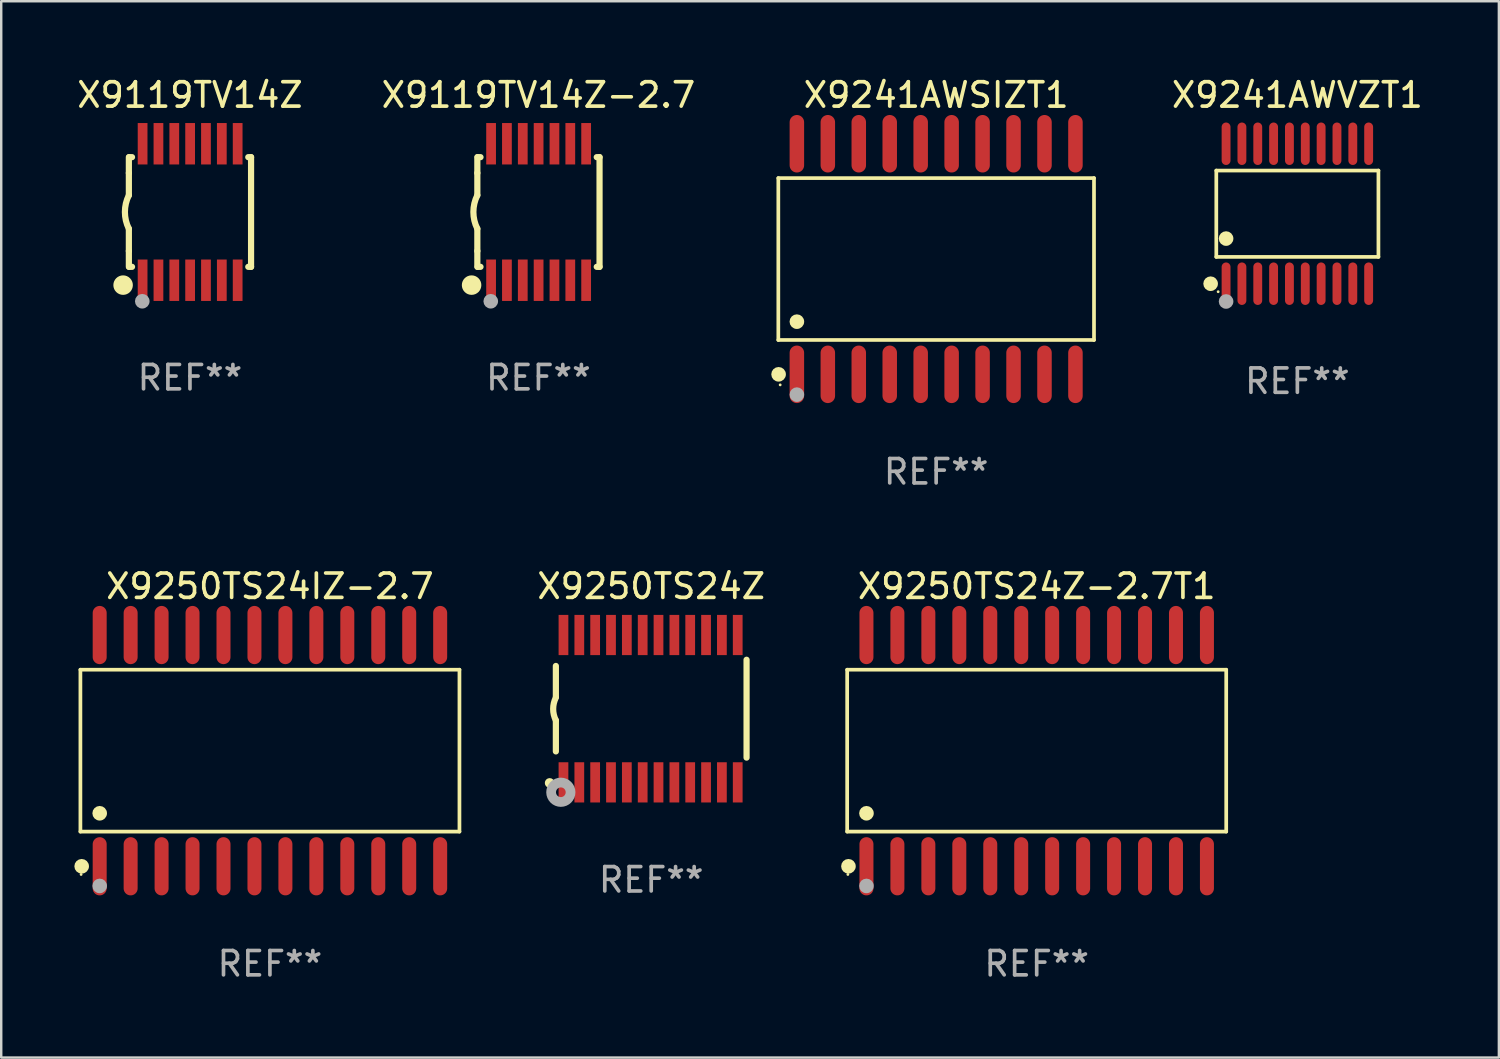
<source format=kicad_pcb>
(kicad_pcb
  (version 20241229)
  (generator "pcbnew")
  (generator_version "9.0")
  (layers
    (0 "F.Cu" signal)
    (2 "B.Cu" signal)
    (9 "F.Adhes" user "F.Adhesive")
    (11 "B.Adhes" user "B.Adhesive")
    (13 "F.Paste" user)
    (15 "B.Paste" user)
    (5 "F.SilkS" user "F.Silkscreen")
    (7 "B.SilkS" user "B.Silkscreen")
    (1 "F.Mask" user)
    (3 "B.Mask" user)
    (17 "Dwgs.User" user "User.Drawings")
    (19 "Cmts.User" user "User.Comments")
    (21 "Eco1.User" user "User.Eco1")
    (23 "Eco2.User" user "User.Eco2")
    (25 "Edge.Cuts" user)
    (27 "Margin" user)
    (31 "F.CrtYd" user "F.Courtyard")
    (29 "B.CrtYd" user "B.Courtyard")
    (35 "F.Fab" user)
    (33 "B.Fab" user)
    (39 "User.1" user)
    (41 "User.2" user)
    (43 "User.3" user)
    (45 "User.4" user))
  (footprint "X9119TV14Z-2.7"
    (layer "F.Cu")
    (at 19.042 5.648)
    (property "Reference" "X9119TV14Z-2.7" (at 0 -4.8 0) (layer "F.SilkS") (effects (font (size 1 1) (thickness 0.15))))
    (attr through_hole)
    (fp_line (start -2.507 -1.6) (end -2.507 -2.25) (stroke (width 0.254) (type solid)) (layer "F.SilkS"))
    (fp_line (start -2.507 -0.686) (end -2.507 -1.6) (stroke (width 0.254) (type solid)) (layer "F.SilkS"))
    (fp_line (start -2.507 1.6) (end -2.507 0.686) (stroke (width 0.254) (type solid)) (layer "F.SilkS"))
    (fp_line (start -2.507 1.6) (end -2.507 2.25) (stroke (width 0.254) (type solid)) (layer "F.SilkS"))
    (fp_line (start -2.493 -2.25) (end -2.377 -2.25) (stroke (width 0.254) (type solid)) (layer "F.SilkS"))
    (fp_line (start -2.377 2.25) (end -2.493 2.25) (stroke (width 0.254) (type solid)) (layer "F.SilkS"))
    (fp_line (start 2.392 -2.25) (end 2.507 -2.25) (stroke (width 0.254) (type solid)) (layer "F.SilkS"))
    (fp_line (start 2.507 -2.25) (end 2.507 2.25) (stroke (width 0.254) (type solid)) (layer "F.SilkS"))
    (fp_line (start 2.507 2.25) (end 2.392 2.25) (stroke (width 0.254) (type solid)) (layer "F.SilkS"))
    (fp_arc (start -2.507303 0.685802) (mid -2.669199 0) (end -2.507303 -0.685801) (stroke (width 0.254001) (type solid)) (layer "F.SilkS"))
    (fp_circle (center -2.743 3) (end -2.543 3) (stroke (width 0.4) (type solid)) (fill no) (layer "F.SilkS"))
    (fp_circle (center -2.493 3.2) (end -2.463 3.2) (stroke (width 0.06) (type solid)) (fill no) (layer "F.SilkS"))
    (fp_circle (center -1.957 3.662) (end -1.807 3.662) (stroke (width 0.3) (type solid)) (fill no) (layer "F.Fab"))
    (fp_text user "REF**" (at 0 6.8 0) (layer "F.Fab") (effects (font (size 1 1) (thickness 0.15))))
    (pad "1" smd rect (at -1.943 2.8) (size 0.4 1.7) (layers "F.Cu" "F.Mask" "F.Paste"))
    (pad "2" smd rect (at -1.293 2.8) (size 0.4 1.7) (layers "F.Cu" "F.Mask" "F.Paste"))
    (pad "3" smd rect (at -0.643 2.8) (size 0.4 1.7) (layers "F.Cu" "F.Mask" "F.Paste"))
    (pad "4" smd rect (at 0.007 2.8) (size 0.4 1.7) (layers "F.Cu" "F.Mask" "F.Paste"))
    (pad "5" smd rect (at 0.657 2.8) (size 0.4 1.7) (layers "F.Cu" "F.Mask" "F.Paste"))
    (pad "6" smd rect (at 1.307 2.8) (size 0.4 1.7) (layers "F.Cu" "F.Mask" "F.Paste"))
    (pad "7" smd rect (at 1.957 2.8) (size 0.4 1.7) (layers "F.Cu" "F.Mask" "F.Paste"))
    (pad "8" smd rect (at 1.957 -2.8) (size 0.4 1.7) (layers "F.Cu" "F.Mask" "F.Paste"))
    (pad "9" smd rect (at 1.307 -2.8) (size 0.4 1.7) (layers "F.Cu" "F.Mask" "F.Paste"))
    (pad "10" smd rect (at 0.657 -2.8) (size 0.4 1.7) (layers "F.Cu" "F.Mask" "F.Paste"))
    (pad "11" smd rect (at 0.007 -2.8) (size 0.4 1.7) (layers "F.Cu" "F.Mask" "F.Paste"))
    (pad "12" smd rect (at -0.643 -2.8) (size 0.4 1.7) (layers "F.Cu" "F.Mask" "F.Paste"))
    (pad "13" smd rect (at -1.293 -2.8) (size 0.4 1.7) (layers "F.Cu" "F.Mask" "F.Paste"))
    (pad "14" smd rect (at -1.943 -2.8) (size 0.4 1.7) (layers "F.Cu" "F.Mask" "F.Paste")))
  (footprint "X9119TV14Z"
    (layer "F.Cu")
    (at 4.744 5.648)
    (property "Reference" "X9119TV14Z" (at 0 -4.8 0) (layer "F.SilkS") (effects (font (size 1 1) (thickness 0.15))))
    (attr through_hole)
    (fp_line (start -2.507 -1.6) (end -2.507 -2.25) (stroke (width 0.254) (type solid)) (layer "F.SilkS"))
    (fp_line (start -2.507 -0.686) (end -2.507 -1.6) (stroke (width 0.254) (type solid)) (layer "F.SilkS"))
    (fp_line (start -2.507 1.6) (end -2.507 0.686) (stroke (width 0.254) (type solid)) (layer "F.SilkS"))
    (fp_line (start -2.507 1.6) (end -2.507 2.25) (stroke (width 0.254) (type solid)) (layer "F.SilkS"))
    (fp_line (start -2.493 -2.25) (end -2.377 -2.25) (stroke (width 0.254) (type solid)) (layer "F.SilkS"))
    (fp_line (start -2.377 2.25) (end -2.493 2.25) (stroke (width 0.254) (type solid)) (layer "F.SilkS"))
    (fp_line (start 2.392 -2.25) (end 2.507 -2.25) (stroke (width 0.254) (type solid)) (layer "F.SilkS"))
    (fp_line (start 2.507 -2.25) (end 2.507 2.25) (stroke (width 0.254) (type solid)) (layer "F.SilkS"))
    (fp_line (start 2.507 2.25) (end 2.392 2.25) (stroke (width 0.254) (type solid)) (layer "F.SilkS"))
    (fp_arc (start -2.507303 0.685802) (mid -2.669199 0) (end -2.507303 -0.685801) (stroke (width 0.254001) (type solid)) (layer "F.SilkS"))
    (fp_circle (center -2.743 3) (end -2.543 3) (stroke (width 0.4) (type solid)) (fill no) (layer "F.SilkS"))
    (fp_circle (center -2.493 3.2) (end -2.463 3.2) (stroke (width 0.06) (type solid)) (fill no) (layer "F.SilkS"))
    (fp_circle (center -1.957 3.662) (end -1.807 3.662) (stroke (width 0.3) (type solid)) (fill no) (layer "F.Fab"))
    (fp_text user "REF**" (at 0 6.8 0) (layer "F.Fab") (effects (font (size 1 1) (thickness 0.15))))
    (pad "1" smd rect (at -1.943 2.8) (size 0.4 1.7) (layers "F.Cu" "F.Mask" "F.Paste"))
    (pad "2" smd rect (at -1.293 2.8) (size 0.4 1.7) (layers "F.Cu" "F.Mask" "F.Paste"))
    (pad "3" smd rect (at -0.643 2.8) (size 0.4 1.7) (layers "F.Cu" "F.Mask" "F.Paste"))
    (pad "4" smd rect (at 0.007 2.8) (size 0.4 1.7) (layers "F.Cu" "F.Mask" "F.Paste"))
    (pad "5" smd rect (at 0.657 2.8) (size 0.4 1.7) (layers "F.Cu" "F.Mask" "F.Paste"))
    (pad "6" smd rect (at 1.307 2.8) (size 0.4 1.7) (layers "F.Cu" "F.Mask" "F.Paste"))
    (pad "7" smd rect (at 1.957 2.8) (size 0.4 1.7) (layers "F.Cu" "F.Mask" "F.Paste"))
    (pad "8" smd rect (at 1.957 -2.8) (size 0.4 1.7) (layers "F.Cu" "F.Mask" "F.Paste"))
    (pad "9" smd rect (at 1.307 -2.8) (size 0.4 1.7) (layers "F.Cu" "F.Mask" "F.Paste"))
    (pad "10" smd rect (at 0.657 -2.8) (size 0.4 1.7) (layers "F.Cu" "F.Mask" "F.Paste"))
    (pad "11" smd rect (at 0.007 -2.8) (size 0.4 1.7) (layers "F.Cu" "F.Mask" "F.Paste"))
    (pad "12" smd rect (at -0.643 -2.8) (size 0.4 1.7) (layers "F.Cu" "F.Mask" "F.Paste"))
    (pad "13" smd rect (at -1.293 -2.8) (size 0.4 1.7) (layers "F.Cu" "F.Mask" "F.Paste"))
    (pad "14" smd rect (at -1.943 -2.8) (size 0.4 1.7) (layers "F.Cu" "F.Mask" "F.Paste")))
  (footprint "X9241AWVZT1"
    (layer "F.Cu")
    (at 50.18 5.719)
    (property "Reference" "X9241AWVZT1" (at 0 -4.871 0) (layer "F.SilkS") (effects (font (size 1 1) (thickness 0.15))))
    (attr through_hole)
    (fp_line (start -3.326 -1.771) (end 3.326 -1.771) (stroke (width 0.152) (type solid)) (layer "F.SilkS"))
    (fp_line (start -3.326 1.771) (end -3.326 -1.771) (stroke (width 0.152) (type solid)) (layer "F.SilkS"))
    (fp_line (start 3.326 -1.771) (end 3.326 1.771) (stroke (width 0.152) (type solid)) (layer "F.SilkS"))
    (fp_line (start 3.326 1.771) (end -3.326 1.771) (stroke (width 0.152) (type solid)) (layer "F.SilkS"))
    (fp_circle (center -3.559 2.871) (end -3.409 2.871) (stroke (width 0.3) (type solid)) (fill no) (layer "F.SilkS"))
    (fp_circle (center -3.25 3.2) (end -3.22 3.2) (stroke (width 0.06) (type solid)) (fill no) (layer "F.SilkS"))
    (fp_circle (center -2.925 1.019) (end -2.775 1.019) (stroke (width 0.3) (type solid)) (fill no) (layer "F.SilkS"))
    (fp_circle (center -2.925 3.6) (end -2.775 3.6) (stroke (width 0.3) (type solid)) (fill no) (layer "F.Fab"))
    (fp_text user "REF**" (at 0 6.871 0) (layer "F.Fab") (effects (font (size 1 1) (thickness 0.15))))
    (pad "1" smd oval (at -2.925 2.871) (size 0.364 1.742) (layers "F.Cu" "F.Mask" "F.Paste"))
    (pad "2" smd oval (at -2.275 2.871) (size 0.364 1.742) (layers "F.Cu" "F.Mask" "F.Paste"))
    (pad "3" smd oval (at -1.625 2.871) (size 0.364 1.742) (layers "F.Cu" "F.Mask" "F.Paste"))
    (pad "4" smd oval (at -0.975 2.871) (size 0.364 1.742) (layers "F.Cu" "F.Mask" "F.Paste"))
    (pad "5" smd oval (at -0.325 2.871) (size 0.364 1.742) (layers "F.Cu" "F.Mask" "F.Paste"))
    (pad "6" smd oval (at 0.325 2.871) (size 0.364 1.742) (layers "F.Cu" "F.Mask" "F.Paste"))
    (pad "7" smd oval (at 0.975 2.871) (size 0.364 1.742) (layers "F.Cu" "F.Mask" "F.Paste"))
    (pad "8" smd oval (at 1.625 2.871) (size 0.364 1.742) (layers "F.Cu" "F.Mask" "F.Paste"))
    (pad "9" smd oval (at 2.275 2.871) (size 0.364 1.742) (layers "F.Cu" "F.Mask" "F.Paste"))
    (pad "10" smd oval (at 2.925 2.871) (size 0.364 1.742) (layers "F.Cu" "F.Mask" "F.Paste"))
    (pad "11" smd oval (at 2.925 -2.871) (size 0.364 1.742) (layers "F.Cu" "F.Mask" "F.Paste"))
    (pad "12" smd oval (at 2.275 -2.871) (size 0.364 1.742) (layers "F.Cu" "F.Mask" "F.Paste"))
    (pad "13" smd oval (at 1.625 -2.871) (size 0.364 1.742) (layers "F.Cu" "F.Mask" "F.Paste"))
    (pad "14" smd oval (at 0.975 -2.871) (size 0.364 1.742) (layers "F.Cu" "F.Mask" "F.Paste"))
    (pad "15" smd oval (at 0.325 -2.871) (size 0.364 1.742) (layers "F.Cu" "F.Mask" "F.Paste"))
    (pad "16" smd oval (at -0.325 -2.871) (size 0.364 1.742) (layers "F.Cu" "F.Mask" "F.Paste"))
    (pad "17" smd oval (at -0.975 -2.871) (size 0.364 1.742) (layers "F.Cu" "F.Mask" "F.Paste"))
    (pad "18" smd oval (at -1.625 -2.871) (size 0.364 1.742) (layers "F.Cu" "F.Mask" "F.Paste"))
    (pad "19" smd oval (at -2.275 -2.871) (size 0.364 1.742) (layers "F.Cu" "F.Mask" "F.Paste"))
    (pad "20" smd oval (at -2.925 -2.871) (size 0.364 1.742) (layers "F.Cu" "F.Mask" "F.Paste")))
  (footprint "X9241AWSIZT1"
    (layer "F.Cu")
    (at 35.36 7.578)
    (property "Reference" "X9241AWSIZT1" (at 0 -6.73 0) (layer "F.SilkS") (effects (font (size 1 1) (thickness 0.15))))
    (attr through_hole)
    (fp_line (start -6.476 -3.321) (end 6.476 -3.321) (stroke (width 0.152) (type solid)) (layer "F.SilkS"))
    (fp_line (start -6.476 3.321) (end -6.476 -3.321) (stroke (width 0.152) (type solid)) (layer "F.SilkS"))
    (fp_line (start 6.476 -3.321) (end 6.476 3.321) (stroke (width 0.152) (type solid)) (layer "F.SilkS"))
    (fp_line (start 6.476 3.321) (end -6.476 3.321) (stroke (width 0.152) (type solid)) (layer "F.SilkS"))
    (fp_circle (center -6.465 4.73) (end -6.315 4.73) (stroke (width 0.3) (type solid)) (fill no) (layer "F.SilkS"))
    (fp_circle (center -6.4 5.163) (end -6.37 5.163) (stroke (width 0.06) (type solid)) (fill no) (layer "F.SilkS"))
    (fp_circle (center -5.715 2.569) (end -5.565 2.569) (stroke (width 0.3) (type solid)) (fill no) (layer "F.SilkS"))
    (fp_circle (center -5.715 5.563) (end -5.565 5.563) (stroke (width 0.3) (type solid)) (fill no) (layer "F.Fab"))
    (fp_text user "REF**" (at 0 8.73 0) (layer "F.Fab") (effects (font (size 1 1) (thickness 0.15))))
    (pad "1" smd oval (at -5.715 4.73) (size 0.595 2.36) (layers "F.Cu" "F.Mask" "F.Paste"))
    (pad "2" smd oval (at -4.445 4.73) (size 0.595 2.36) (layers "F.Cu" "F.Mask" "F.Paste"))
    (pad "3" smd oval (at -3.175 4.73) (size 0.595 2.36) (layers "F.Cu" "F.Mask" "F.Paste"))
    (pad "4" smd oval (at -1.905 4.73) (size 0.595 2.36) (layers "F.Cu" "F.Mask" "F.Paste"))
    (pad "5" smd oval (at -0.635 4.73) (size 0.595 2.36) (layers "F.Cu" "F.Mask" "F.Paste"))
    (pad "6" smd oval (at 0.635 4.73) (size 0.595 2.36) (layers "F.Cu" "F.Mask" "F.Paste"))
    (pad "7" smd oval (at 1.905 4.73) (size 0.595 2.36) (layers "F.Cu" "F.Mask" "F.Paste"))
    (pad "8" smd oval (at 3.175 4.73) (size 0.595 2.36) (layers "F.Cu" "F.Mask" "F.Paste"))
    (pad "9" smd oval (at 4.445 4.73) (size 0.595 2.36) (layers "F.Cu" "F.Mask" "F.Paste"))
    (pad "10" smd oval (at 5.715 4.73) (size 0.595 2.36) (layers "F.Cu" "F.Mask" "F.Paste"))
    (pad "11" smd oval (at 5.715 -4.73) (size 0.595 2.36) (layers "F.Cu" "F.Mask" "F.Paste"))
    (pad "12" smd oval (at 4.445 -4.73) (size 0.595 2.36) (layers "F.Cu" "F.Mask" "F.Paste"))
    (pad "13" smd oval (at 3.175 -4.73) (size 0.595 2.36) (layers "F.Cu" "F.Mask" "F.Paste"))
    (pad "14" smd oval (at 1.905 -4.73) (size 0.595 2.36) (layers "F.Cu" "F.Mask" "F.Paste"))
    (pad "15" smd oval (at 0.635 -4.73) (size 0.595 2.36) (layers "F.Cu" "F.Mask" "F.Paste"))
    (pad "16" smd oval (at -0.635 -4.73) (size 0.595 2.36) (layers "F.Cu" "F.Mask" "F.Paste"))
    (pad "17" smd oval (at -1.905 -4.73) (size 0.595 2.36) (layers "F.Cu" "F.Mask" "F.Paste"))
    (pad "18" smd oval (at -3.175 -4.73) (size 0.595 2.36) (layers "F.Cu" "F.Mask" "F.Paste"))
    (pad "19" smd oval (at -4.445 -4.73) (size 0.595 2.36) (layers "F.Cu" "F.Mask" "F.Paste"))
    (pad "20" smd oval (at -5.715 -4.73) (size 0.595 2.36) (layers "F.Cu" "F.Mask" "F.Paste")))
  (footprint "X9250TS24IZ-2.7"
    (layer "F.Cu")
    (at 8.025 27.749)
    (property "Reference" "X9250TS24IZ-2.7" (at 0 -6.744 0) (layer "F.SilkS") (effects (font (size 1 1) (thickness 0.15))))
    (attr through_hole)
    (fp_line (start -7.776 -3.321) (end 7.776 -3.321) (stroke (width 0.152) (type solid)) (layer "F.SilkS"))
    (fp_line (start -7.776 3.321) (end -7.776 -3.321) (stroke (width 0.152) (type solid)) (layer "F.SilkS"))
    (fp_line (start 7.776 -3.321) (end 7.776 3.321) (stroke (width 0.152) (type solid)) (layer "F.SilkS"))
    (fp_line (start 7.776 3.321) (end -7.776 3.321) (stroke (width 0.152) (type solid)) (layer "F.SilkS"))
    (fp_circle (center -7.747 5.08) (end -7.717 5.08) (stroke (width 0.06) (type solid)) (fill no) (layer "F.SilkS"))
    (fp_circle (center -7.724 4.744) (end -7.574 4.744) (stroke (width 0.3) (type solid)) (fill no) (layer "F.SilkS"))
    (fp_circle (center -6.985 2.569) (end -6.835 2.569) (stroke (width 0.3) (type solid)) (fill no) (layer "F.SilkS"))
    (fp_circle (center -6.985 5.55) (end -6.835 5.55) (stroke (width 0.3) (type solid)) (fill no) (layer "F.Fab"))
    (fp_text user "REF**" (at 0 8.744 0) (layer "F.Fab") (effects (font (size 1 1) (thickness 0.15))))
    (pad "1" smd oval (at -6.985 4.744) (size 0.574 2.388) (layers "F.Cu" "F.Mask" "F.Paste"))
    (pad "2" smd oval (at -5.715 4.744) (size 0.574 2.388) (layers "F.Cu" "F.Mask" "F.Paste"))
    (pad "3" smd oval (at -4.445 4.744) (size 0.574 2.388) (layers "F.Cu" "F.Mask" "F.Paste"))
    (pad "4" smd oval (at -3.175 4.744) (size 0.574 2.388) (layers "F.Cu" "F.Mask" "F.Paste"))
    (pad "5" smd oval (at -1.905 4.744) (size 0.574 2.388) (layers "F.Cu" "F.Mask" "F.Paste"))
    (pad "6" smd oval (at -0.635 4.744) (size 0.574 2.388) (layers "F.Cu" "F.Mask" "F.Paste"))
    (pad "7" smd oval (at 0.635 4.744) (size 0.574 2.388) (layers "F.Cu" "F.Mask" "F.Paste"))
    (pad "8" smd oval (at 1.905 4.744) (size 0.574 2.388) (layers "F.Cu" "F.Mask" "F.Paste"))
    (pad "9" smd oval (at 3.175 4.744) (size 0.574 2.388) (layers "F.Cu" "F.Mask" "F.Paste"))
    (pad "10" smd oval (at 4.445 4.744) (size 0.574 2.388) (layers "F.Cu" "F.Mask" "F.Paste"))
    (pad "11" smd oval (at 5.715 4.744) (size 0.574 2.388) (layers "F.Cu" "F.Mask" "F.Paste"))
    (pad "12" smd oval (at 6.985 4.744) (size 0.574 2.388) (layers "F.Cu" "F.Mask" "F.Paste"))
    (pad "13" smd oval (at 6.985 -4.744) (size 0.574 2.388) (layers "F.Cu" "F.Mask" "F.Paste"))
    (pad "14" smd oval (at 5.715 -4.744) (size 0.574 2.388) (layers "F.Cu" "F.Mask" "F.Paste"))
    (pad "15" smd oval (at 4.445 -4.744) (size 0.574 2.388) (layers "F.Cu" "F.Mask" "F.Paste"))
    (pad "16" smd oval (at 3.175 -4.744) (size 0.574 2.388) (layers "F.Cu" "F.Mask" "F.Paste"))
    (pad "17" smd oval (at 1.905 -4.744) (size 0.574 2.388) (layers "F.Cu" "F.Mask" "F.Paste"))
    (pad "18" smd oval (at 0.635 -4.744) (size 0.574 2.388) (layers "F.Cu" "F.Mask" "F.Paste"))
    (pad "19" smd oval (at -0.635 -4.744) (size 0.574 2.388) (layers "F.Cu" "F.Mask" "F.Paste"))
    (pad "20" smd oval (at -1.905 -4.744) (size 0.574 2.388) (layers "F.Cu" "F.Mask" "F.Paste"))
    (pad "21" smd oval (at -3.175 -4.744) (size 0.574 2.388) (layers "F.Cu" "F.Mask" "F.Paste"))
    (pad "22" smd oval (at -4.445 -4.744) (size 0.574 2.388) (layers "F.Cu" "F.Mask" "F.Paste"))
    (pad "23" smd oval (at -5.715 -4.744) (size 0.574 2.388) (layers "F.Cu" "F.Mask" "F.Paste"))
    (pad "24" smd oval (at -6.985 -4.744) (size 0.574 2.388) (layers "F.Cu" "F.Mask" "F.Paste")))
  (footprint "X9250TS24Z"
    (layer "F.Cu")
    (at 23.669 26.027)
    (property "Reference" "X9250TS24Z" (at 0 -5.023 0) (layer "F.SilkS") (effects (font (size 1 1) (thickness 0.15))))
    (attr through_hole)
    (fp_line (start -3.912 -0.483) (end -3.912 -1.753) (stroke (width 0.254) (type solid)) (layer "F.SilkS"))
    (fp_line (start -3.912 1.753) (end -3.912 0.483) (stroke (width 0.254) (type solid)) (layer "F.SilkS"))
    (fp_line (start 3.912 -2.007) (end 3.912 2.007) (stroke (width 0.254) (type solid)) (layer "F.SilkS"))
    (fp_arc (start -3.911608 0.482601) (mid -4.022537 0.0127) (end -3.911608 -0.457201) (stroke (width 0.254001) (type solid)) (layer "F.SilkS"))
    (fp_circle (center -4.166 3.048) (end -4.066 3.048) (stroke (width 0.2) (type solid)) (fill no) (layer "F.SilkS"))
    (fp_circle (center -3.925 3.186) (end -3.895 3.186) (stroke (width 0.06) (type solid)) (fill no) (layer "F.SilkS"))
    (fp_circle (center -3.708 3.429) (end -3.509 3.429) (stroke (width 0.4) (type solid)) (fill no) (layer "F.Fab"))
    (fp_text user "REF**" (at 0 7.023 0) (layer "F.Fab") (effects (font (size 1 1) (thickness 0.15))))
    (pad "1" smd rect (at -3.6 3.023) (size 0.4 1.65) (layers "F.Cu" "F.Mask" "F.Paste"))
    (pad "2" smd rect (at -2.95 3.023) (size 0.4 1.65) (layers "F.Cu" "F.Mask" "F.Paste"))
    (pad "3" smd rect (at -2.3 3.023) (size 0.4 1.65) (layers "F.Cu" "F.Mask" "F.Paste"))
    (pad "4" smd rect (at -1.65 3.023) (size 0.4 1.65) (layers "F.Cu" "F.Mask" "F.Paste"))
    (pad "5" smd rect (at -1 3.023) (size 0.4 1.65) (layers "F.Cu" "F.Mask" "F.Paste"))
    (pad "6" smd rect (at -0.35 3.023) (size 0.4 1.65) (layers "F.Cu" "F.Mask" "F.Paste"))
    (pad "7" smd rect (at 0.299 3.023) (size 0.4 1.65) (layers "F.Cu" "F.Mask" "F.Paste"))
    (pad "8" smd rect (at 0.95 3.023) (size 0.4 1.65) (layers "F.Cu" "F.Mask" "F.Paste"))
    (pad "9" smd rect (at 1.6 3.023) (size 0.4 1.65) (layers "F.Cu" "F.Mask" "F.Paste"))
    (pad "10" smd rect (at 2.25 3.023) (size 0.4 1.65) (layers "F.Cu" "F.Mask" "F.Paste"))
    (pad "11" smd rect (at 2.9 3.023) (size 0.4 1.65) (layers "F.Cu" "F.Mask" "F.Paste"))
    (pad "12" smd rect (at 3.549 3.023) (size 0.4 1.65) (layers "F.Cu" "F.Mask" "F.Paste"))
    (pad "13" smd rect (at 3.549 -3.023) (size 0.4 1.65) (layers "F.Cu" "F.Mask" "F.Paste"))
    (pad "14" smd rect (at 2.9 -3.023) (size 0.4 1.65) (layers "F.Cu" "F.Mask" "F.Paste"))
    (pad "15" smd rect (at 2.25 -3.023) (size 0.4 1.65) (layers "F.Cu" "F.Mask" "F.Paste"))
    (pad "16" smd rect (at 1.6 -3.023) (size 0.4 1.65) (layers "F.Cu" "F.Mask" "F.Paste"))
    (pad "17" smd rect (at 0.95 -3.023) (size 0.4 1.65) (layers "F.Cu" "F.Mask" "F.Paste"))
    (pad "18" smd rect (at 0.299 -3.023) (size 0.4 1.65) (layers "F.Cu" "F.Mask" "F.Paste"))
    (pad "19" smd rect (at -0.35 -3.023) (size 0.4 1.65) (layers "F.Cu" "F.Mask" "F.Paste"))
    (pad "20" smd rect (at -1 -3.023) (size 0.4 1.65) (layers "F.Cu" "F.Mask" "F.Paste"))
    (pad "21" smd rect (at -1.65 -3.023) (size 0.4 1.65) (layers "F.Cu" "F.Mask" "F.Paste"))
    (pad "22" smd rect (at -2.3 -3.023) (size 0.4 1.65) (layers "F.Cu" "F.Mask" "F.Paste"))
    (pad "23" smd rect (at -2.95 -3.023) (size 0.4 1.65) (layers "F.Cu" "F.Mask" "F.Paste"))
    (pad "24" smd rect (at -3.6 -3.023) (size 0.4 1.65) (layers "F.Cu" "F.Mask" "F.Paste")))
  (footprint "X9250TS24Z-2.7T1"
    (layer "F.Cu")
    (at 39.485 27.749)
    (property "Reference" "X9250TS24Z-2.7T1" (at 0 -6.744 0) (layer "F.SilkS") (effects (font (size 1 1) (thickness 0.15))))
    (attr through_hole)
    (fp_line (start -7.776 -3.321) (end 7.776 -3.321) (stroke (width 0.152) (type solid)) (layer "F.SilkS"))
    (fp_line (start -7.776 3.321) (end -7.776 -3.321) (stroke (width 0.152) (type solid)) (layer "F.SilkS"))
    (fp_line (start 7.776 -3.321) (end 7.776 3.321) (stroke (width 0.152) (type solid)) (layer "F.SilkS"))
    (fp_line (start 7.776 3.321) (end -7.776 3.321) (stroke (width 0.152) (type solid)) (layer "F.SilkS"))
    (fp_circle (center -7.747 5.08) (end -7.717 5.08) (stroke (width 0.06) (type solid)) (fill no) (layer "F.SilkS"))
    (fp_circle (center -7.724 4.744) (end -7.574 4.744) (stroke (width 0.3) (type solid)) (fill no) (layer "F.SilkS"))
    (fp_circle (center -6.985 2.569) (end -6.835 2.569) (stroke (width 0.3) (type solid)) (fill no) (layer "F.SilkS"))
    (fp_circle (center -6.985 5.55) (end -6.835 5.55) (stroke (width 0.3) (type solid)) (fill no) (layer "F.Fab"))
    (fp_text user "REF**" (at 0 8.744 0) (layer "F.Fab") (effects (font (size 1 1) (thickness 0.15))))
    (pad "1" smd oval (at -6.985 4.744) (size 0.574 2.388) (layers "F.Cu" "F.Mask" "F.Paste"))
    (pad "2" smd oval (at -5.715 4.744) (size 0.574 2.388) (layers "F.Cu" "F.Mask" "F.Paste"))
    (pad "3" smd oval (at -4.445 4.744) (size 0.574 2.388) (layers "F.Cu" "F.Mask" "F.Paste"))
    (pad "4" smd oval (at -3.175 4.744) (size 0.574 2.388) (layers "F.Cu" "F.Mask" "F.Paste"))
    (pad "5" smd oval (at -1.905 4.744) (size 0.574 2.388) (layers "F.Cu" "F.Mask" "F.Paste"))
    (pad "6" smd oval (at -0.635 4.744) (size 0.574 2.388) (layers "F.Cu" "F.Mask" "F.Paste"))
    (pad "7" smd oval (at 0.635 4.744) (size 0.574 2.388) (layers "F.Cu" "F.Mask" "F.Paste"))
    (pad "8" smd oval (at 1.905 4.744) (size 0.574 2.388) (layers "F.Cu" "F.Mask" "F.Paste"))
    (pad "9" smd oval (at 3.175 4.744) (size 0.574 2.388) (layers "F.Cu" "F.Mask" "F.Paste"))
    (pad "10" smd oval (at 4.445 4.744) (size 0.574 2.388) (layers "F.Cu" "F.Mask" "F.Paste"))
    (pad "11" smd oval (at 5.715 4.744) (size 0.574 2.388) (layers "F.Cu" "F.Mask" "F.Paste"))
    (pad "12" smd oval (at 6.985 4.744) (size 0.574 2.388) (layers "F.Cu" "F.Mask" "F.Paste"))
    (pad "13" smd oval (at 6.985 -4.744) (size 0.574 2.388) (layers "F.Cu" "F.Mask" "F.Paste"))
    (pad "14" smd oval (at 5.715 -4.744) (size 0.574 2.388) (layers "F.Cu" "F.Mask" "F.Paste"))
    (pad "15" smd oval (at 4.445 -4.744) (size 0.574 2.388) (layers "F.Cu" "F.Mask" "F.Paste"))
    (pad "16" smd oval (at 3.175 -4.744) (size 0.574 2.388) (layers "F.Cu" "F.Mask" "F.Paste"))
    (pad "17" smd oval (at 1.905 -4.744) (size 0.574 2.388) (layers "F.Cu" "F.Mask" "F.Paste"))
    (pad "18" smd oval (at 0.635 -4.744) (size 0.574 2.388) (layers "F.Cu" "F.Mask" "F.Paste"))
    (pad "19" smd oval (at -0.635 -4.744) (size 0.574 2.388) (layers "F.Cu" "F.Mask" "F.Paste"))
    (pad "20" smd oval (at -1.905 -4.744) (size 0.574 2.388) (layers "F.Cu" "F.Mask" "F.Paste"))
    (pad "21" smd oval (at -3.175 -4.744) (size 0.574 2.388) (layers "F.Cu" "F.Mask" "F.Paste"))
    (pad "22" smd oval (at -4.445 -4.744) (size 0.574 2.388) (layers "F.Cu" "F.Mask" "F.Paste"))
    (pad "23" smd oval (at -5.715 -4.744) (size 0.574 2.388) (layers "F.Cu" "F.Mask" "F.Paste"))
    (pad "24" smd oval (at -6.985 -4.744) (size 0.574 2.388) (layers "F.Cu" "F.Mask" "F.Paste")))
  (gr_rect
    (start -3 -3)
    (end 58.448 40.341)
    (stroke (width 0.1) (type default))
    (fill no)
    (layer "Edge.Cuts")))
</source>
